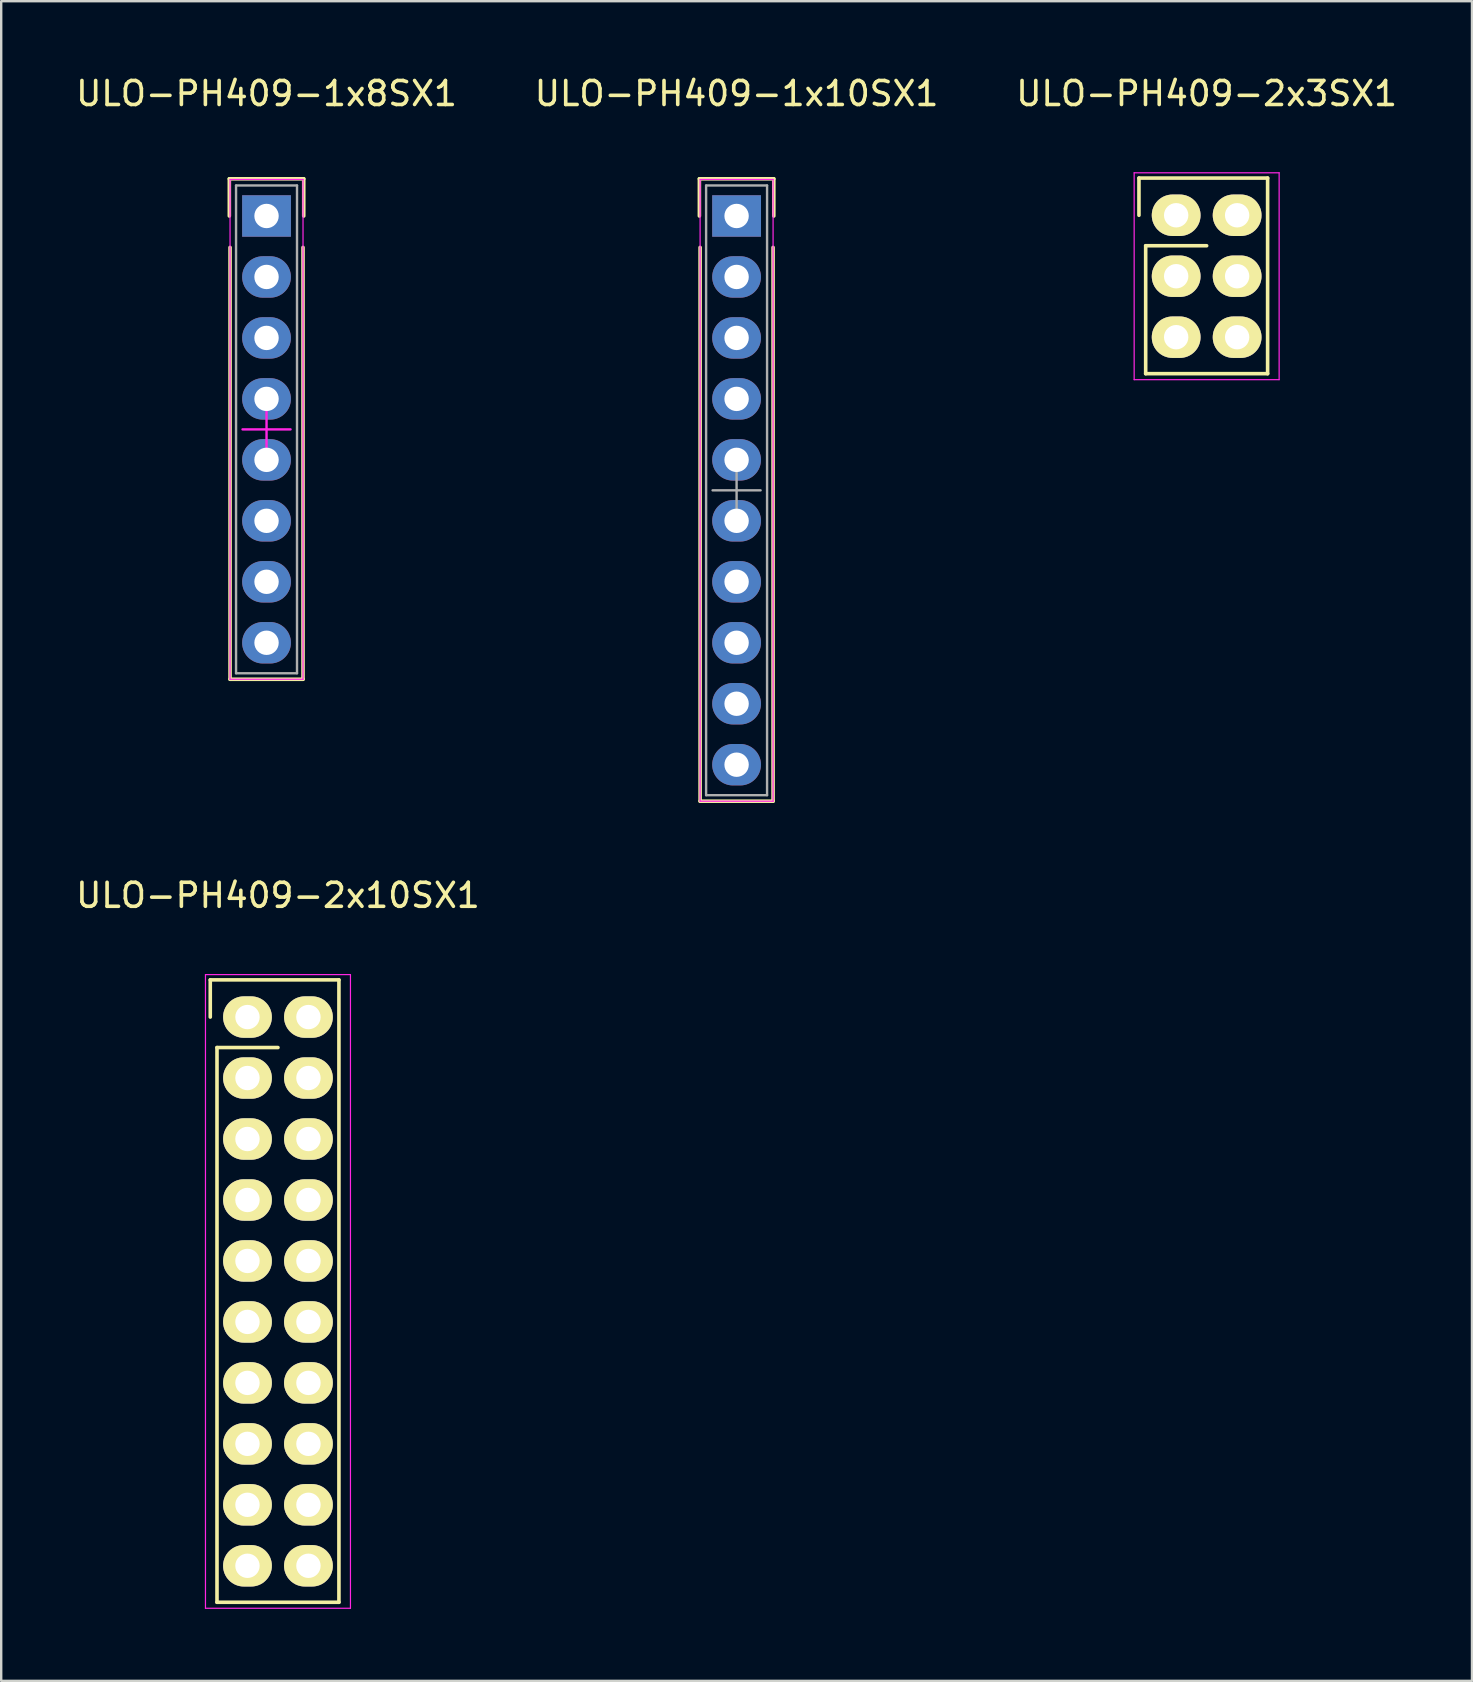
<source format=kicad_pcb>
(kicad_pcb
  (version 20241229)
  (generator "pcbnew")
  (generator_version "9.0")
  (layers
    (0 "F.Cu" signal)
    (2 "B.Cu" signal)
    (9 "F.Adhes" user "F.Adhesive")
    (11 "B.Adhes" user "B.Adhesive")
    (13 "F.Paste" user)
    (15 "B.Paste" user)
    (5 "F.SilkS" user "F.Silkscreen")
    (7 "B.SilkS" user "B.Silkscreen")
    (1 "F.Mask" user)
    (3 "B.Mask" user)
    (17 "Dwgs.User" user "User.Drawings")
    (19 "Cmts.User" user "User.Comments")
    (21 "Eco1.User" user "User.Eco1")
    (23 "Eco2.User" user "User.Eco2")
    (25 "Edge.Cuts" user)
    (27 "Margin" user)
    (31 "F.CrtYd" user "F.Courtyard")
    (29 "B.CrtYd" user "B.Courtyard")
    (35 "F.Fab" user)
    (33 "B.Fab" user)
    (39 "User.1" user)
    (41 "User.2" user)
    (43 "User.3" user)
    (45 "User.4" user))
  (footprint "ULO-PH409-2x3SX1"
    (layer "F.Cu")
    (at 47.22 8.458)
    (property "Reference" "ULO-PH409-2x3SX1" (at 0 -7.61 0) (layer "F.SilkS") (effects (font (size 1 1) (thickness 0.15))))
    (attr through_hole)
    (fp_line (start -2.82 -4.09) (end 2.54 -4.09) (stroke (width 0.15) (type solid)) (layer "F.SilkS"))
    (fp_line (start -2.82 -2.54) (end -2.82 -4.09) (stroke (width 0.15) (type solid)) (layer "F.SilkS"))
    (fp_line (start -2.54 -1.27) (end -2.54 4.06) (stroke (width 0.15) (type solid)) (layer "F.SilkS"))
    (fp_line (start -2.54 4.06) (end 2.54 4.06) (stroke (width 0.15) (type solid)) (layer "F.SilkS"))
    (fp_line (start 0 -1.27) (end -2.54 -1.27) (stroke (width 0.15) (type solid)) (layer "F.SilkS"))
    (fp_line (start 2.54 -4.09) (end 2.54 4.06) (stroke (width 0.15) (type solid)) (layer "F.SilkS"))
    (fp_line (start -3.02 -4.31) (end -3.02 4.31) (stroke (width 0.05) (type solid)) (layer "F.CrtYd"))
    (fp_line (start -3.02 -4.31) (end 3.02 -4.31) (stroke (width 0.05) (type solid)) (layer "F.CrtYd"))
    (fp_line (start -3.02 4.31) (end 3.02 4.31) (stroke (width 0.05) (type solid)) (layer "F.CrtYd"))
    (fp_line (start 3.02 -4.31) (end 3.02 4.31) (stroke (width 0.05) (type solid)) (layer "F.CrtYd"))
    (pad "1" thru_hole oval (at -1.27 -2.54) (size 2.032 1.727) (drill 1.016) (layers "*.Cu" "*.Mask" "F.SilkS"))
    (pad "2" thru_hole oval (at 1.27 -2.54) (size 2.032 1.727) (drill 1.016) (layers "*.Cu" "*.Mask" "F.SilkS"))
    (pad "3" thru_hole oval (at -1.27 0) (size 2.032 1.727) (drill 1.016) (layers "*.Cu" "*.Mask" "F.SilkS"))
    (pad "4" thru_hole oval (at 1.27 0) (size 2.032 1.727) (drill 1.016) (layers "*.Cu" "*.Mask" "F.SilkS"))
    (pad "5" thru_hole oval (at -1.27 2.54) (size 2.032 1.727) (drill 1.016) (layers "*.Cu" "*.Mask" "F.SilkS"))
    (pad "6" thru_hole oval (at 1.27 2.54) (size 2.032 1.727) (drill 1.016) (layers "*.Cu" "*.Mask" "F.SilkS")))
  (footprint "ULO-PH409-1x8SX1"
    (layer "F.Cu")
    (at 8.054 14.838)
    (property "Reference" "ULO-PH409-1x8SX1" (at 0 -13.99 0) (layer "F.SilkS") (effects (font (size 1 1) (thickness 0.15))))
    (attr through_hole)
    (fp_line (start -1.55 -10.44) (end 1.55 -10.44) (stroke (width 0.15) (type solid)) (layer "F.SilkS"))
    (fp_line (start -1.55 -8.89) (end -1.55 -10.44) (stroke (width 0.15) (type solid)) (layer "F.SilkS"))
    (fp_line (start -1.52 -7.58) (end -1.52 10.41) (stroke (width 0.15) (type solid)) (layer "F.SilkS"))
    (fp_line (start 1.52 -7.58) (end 1.52 10.41) (stroke (width 0.15) (type solid)) (layer "F.SilkS"))
    (fp_line (start 1.52 10.41) (end -1.52 10.41) (stroke (width 0.15) (type solid)) (layer "F.SilkS"))
    (fp_line (start 1.55 -10.44) (end 1.55 -8.89) (stroke (width 0.15) (type solid)) (layer "F.SilkS"))
    (fp_line (start -1.52 -10.41) (end -1.52 10.41) (stroke (width 0.05) (type solid)) (layer "F.CrtYd"))
    (fp_line (start -1.52 -10.41) (end 1.52 -10.41) (stroke (width 0.05) (type solid)) (layer "F.CrtYd"))
    (fp_line (start -1.52 10.41) (end 1.52 10.41) (stroke (width 0.05) (type solid)) (layer "F.CrtYd"))
    (fp_line (start -1 0) (end 1 0) (stroke (width 0.1) (type solid)) (layer "F.CrtYd"))
    (fp_line (start 0 -1) (end 0 1) (stroke (width 0.1) (type solid)) (layer "F.CrtYd"))
    (fp_line (start 1.52 -10.41) (end 1.52 10.41) (stroke (width 0.05) (type solid)) (layer "F.CrtYd"))
    (fp_line (start -1.27 -10.16) (end 1.27 -10.16) (stroke (width 0.1) (type solid)) (layer "F.Fab"))
    (fp_line (start -1.27 10.16) (end -1.27 -10.16) (stroke (width 0.1) (type solid)) (layer "F.Fab"))
    (fp_line (start 1.27 -10.16) (end 1.27 10.16) (stroke (width 0.1) (type solid)) (layer "F.Fab"))
    (fp_line (start 1.27 10.16) (end -1.27 10.16) (stroke (width 0.1) (type solid)) (layer "F.Fab"))
    (pad "1" thru_hole rect (at 0 -8.89) (size 2.032 1.727) (drill 1.016) (layers "*.Cu" "*.Mask"))
    (pad "2" thru_hole oval (at 0 -6.35) (size 2.032 1.727) (drill 1.016) (layers "*.Cu" "*.Mask"))
    (pad "3" thru_hole oval (at 0 -3.81) (size 2.032 1.727) (drill 1.016) (layers "*.Cu" "*.Mask"))
    (pad "4" thru_hole oval (at 0 -1.27) (size 2.032 1.727) (drill 1.016) (layers "*.Cu" "*.Mask"))
    (pad "5" thru_hole oval (at 0 1.27) (size 2.032 1.727) (drill 1.016) (layers "*.Cu" "*.Mask"))
    (pad "6" thru_hole oval (at 0 3.81) (size 2.032 1.727) (drill 1.016) (layers "*.Cu" "*.Mask"))
    (pad "7" thru_hole oval (at 0 6.35) (size 2.032 1.727) (drill 1.016) (layers "*.Cu" "*.Mask"))
    (pad "8" thru_hole oval (at 0 8.89) (size 2.032 1.727) (drill 1.016) (layers "*.Cu" "*.Mask")))
  (footprint "ULO-PH409-1x10SX1"
    (layer "F.Cu")
    (at 27.637 17.378)
    (property "Reference" "ULO-PH409-1x10SX1" (at 0 -16.53 0) (layer "F.SilkS") (effects (font (size 1 1) (thickness 0.15))))
    (attr through_hole)
    (fp_line (start -1.55 -12.98) (end 1.55 -12.98) (stroke (width 0.15) (type solid)) (layer "F.SilkS"))
    (fp_line (start -1.55 -11.43) (end -1.55 -12.98) (stroke (width 0.15) (type solid)) (layer "F.SilkS"))
    (fp_line (start -1.52 -10.12) (end -1.52 12.95) (stroke (width 0.15) (type solid)) (layer "F.SilkS"))
    (fp_line (start 1.52 -10.12) (end 1.52 12.95) (stroke (width 0.15) (type solid)) (layer "F.SilkS"))
    (fp_line (start 1.52 12.95) (end -1.52 12.95) (stroke (width 0.15) (type solid)) (layer "F.SilkS"))
    (fp_line (start 1.55 -12.98) (end 1.55 -11.43) (stroke (width 0.15) (type solid)) (layer "F.SilkS"))
    (fp_line (start -1.52 -12.95) (end -1.52 12.95) (stroke (width 0.05) (type solid)) (layer "F.CrtYd"))
    (fp_line (start -1.52 -12.95) (end 1.52 -12.95) (stroke (width 0.05) (type solid)) (layer "F.CrtYd"))
    (fp_line (start -1.52 12.95) (end 1.52 12.95) (stroke (width 0.05) (type solid)) (layer "F.CrtYd"))
    (fp_line (start 1.52 -12.95) (end 1.52 12.95) (stroke (width 0.05) (type solid)) (layer "F.CrtYd"))
    (fp_line (start -1.27 -12.7) (end 1.27 -12.7) (stroke (width 0.1) (type solid)) (layer "F.Fab"))
    (fp_line (start -1.27 12.7) (end -1.27 -12.7) (stroke (width 0.1) (type solid)) (layer "F.Fab"))
    (fp_line (start -1 0) (end 1 0) (stroke (width 0.1) (type solid)) (layer "F.Fab"))
    (fp_line (start 0 -1) (end 0 1) (stroke (width 0.1) (type solid)) (layer "F.Fab"))
    (fp_line (start 1.27 -12.7) (end 1.27 12.7) (stroke (width 0.1) (type solid)) (layer "F.Fab"))
    (fp_line (start 1.27 12.7) (end -1.27 12.7) (stroke (width 0.1) (type solid)) (layer "F.Fab"))
    (pad "1" thru_hole rect (at 0 -11.43) (size 2.032 1.727) (drill 1.016) (layers "*.Cu" "*.Mask"))
    (pad "2" thru_hole oval (at 0 -8.89) (size 2.032 1.727) (drill 1.016) (layers "*.Cu" "*.Mask"))
    (pad "3" thru_hole oval (at 0 -6.35) (size 2.032 1.727) (drill 1.016) (layers "*.Cu" "*.Mask"))
    (pad "4" thru_hole oval (at 0 -3.81) (size 2.032 1.727) (drill 1.016) (layers "*.Cu" "*.Mask"))
    (pad "5" thru_hole oval (at 0 -1.27) (size 2.032 1.727) (drill 1.016) (layers "*.Cu" "*.Mask"))
    (pad "6" thru_hole oval (at 0 1.27) (size 2.032 1.727) (drill 1.016) (layers "*.Cu" "*.Mask"))
    (pad "7" thru_hole oval (at 0 3.81) (size 2.032 1.727) (drill 1.016) (layers "*.Cu" "*.Mask"))
    (pad "8" thru_hole oval (at 0 6.35) (size 2.032 1.727) (drill 1.016) (layers "*.Cu" "*.Mask"))
    (pad "9" thru_hole oval (at 0 8.89) (size 2.032 1.727) (drill 1.016) (layers "*.Cu" "*.Mask"))
    (pad "10" thru_hole oval (at 0 11.43) (size 2.032 1.727) (drill 1.016) (layers "*.Cu" "*.Mask")))
  (footprint "ULO-PH409-2x10SX1"
    (layer "F.Cu")
    (at 8.53 50.752)
    (property "Reference" "ULO-PH409-2x10SX1" (at 0 -16.5 0) (layer "F.SilkS") (effects (font (size 1 1) (thickness 0.15))))
    (attr through_hole)
    (fp_line (start -2.82 -12.98) (end 2.54 -12.98) (stroke (width 0.15) (type solid)) (layer "F.SilkS"))
    (fp_line (start -2.82 -11.43) (end -2.82 -12.98) (stroke (width 0.15) (type solid)) (layer "F.SilkS"))
    (fp_line (start -2.54 -10.16) (end -2.54 12.95) (stroke (width 0.15) (type solid)) (layer "F.SilkS"))
    (fp_line (start -2.54 12.95) (end 2.54 12.95) (stroke (width 0.15) (type solid)) (layer "F.SilkS"))
    (fp_line (start 0 -10.16) (end -2.54 -10.16) (stroke (width 0.15) (type solid)) (layer "F.SilkS"))
    (fp_line (start 2.54 -12.98) (end 2.54 12.95) (stroke (width 0.15) (type solid)) (layer "F.SilkS"))
    (fp_line (start -3.02 -13.2) (end -3.02 13.2) (stroke (width 0.05) (type solid)) (layer "F.CrtYd"))
    (fp_line (start -3.02 -13.2) (end 3.02 -13.2) (stroke (width 0.05) (type solid)) (layer "F.CrtYd"))
    (fp_line (start -3.02 13.2) (end 3.02 13.2) (stroke (width 0.05) (type solid)) (layer "F.CrtYd"))
    (fp_line (start 3.02 -13.2) (end 3.02 13.2) (stroke (width 0.05) (type solid)) (layer "F.CrtYd"))
    (pad "1" thru_hole oval (at -1.27 -11.43) (size 2.032 1.727) (drill 1.016) (layers "*.Cu" "*.Mask" "F.SilkS"))
    (pad "2" thru_hole oval (at 1.27 -11.43) (size 2.032 1.727) (drill 1.016) (layers "*.Cu" "*.Mask" "F.SilkS"))
    (pad "3" thru_hole oval (at -1.27 -8.89) (size 2.032 1.727) (drill 1.016) (layers "*.Cu" "*.Mask" "F.SilkS"))
    (pad "4" thru_hole oval (at 1.27 -8.89) (size 2.032 1.727) (drill 1.016) (layers "*.Cu" "*.Mask" "F.SilkS"))
    (pad "5" thru_hole oval (at -1.27 -6.35) (size 2.032 1.727) (drill 1.016) (layers "*.Cu" "*.Mask" "F.SilkS"))
    (pad "6" thru_hole oval (at 1.27 -6.35) (size 2.032 1.727) (drill 1.016) (layers "*.Cu" "*.Mask" "F.SilkS"))
    (pad "7" thru_hole oval (at -1.27 -3.81) (size 2.032 1.727) (drill 1.016) (layers "*.Cu" "*.Mask" "F.SilkS"))
    (pad "8" thru_hole oval (at 1.27 -3.81) (size 2.032 1.727) (drill 1.016) (layers "*.Cu" "*.Mask" "F.SilkS"))
    (pad "9" thru_hole oval (at -1.27 -1.27) (size 2.032 1.727) (drill 1.016) (layers "*.Cu" "*.Mask" "F.SilkS"))
    (pad "10" thru_hole oval (at 1.27 -1.27) (size 2.032 1.727) (drill 1.016) (layers "*.Cu" "*.Mask" "F.SilkS"))
    (pad "11" thru_hole oval (at -1.27 1.27) (size 2.032 1.727) (drill 1.016) (layers "*.Cu" "*.Mask" "F.SilkS"))
    (pad "12" thru_hole oval (at 1.27 1.27) (size 2.032 1.727) (drill 1.016) (layers "*.Cu" "*.Mask" "F.SilkS"))
    (pad "13" thru_hole oval (at -1.27 3.81) (size 2.032 1.727) (drill 1.016) (layers "*.Cu" "*.Mask" "F.SilkS"))
    (pad "14" thru_hole oval (at 1.27 3.81) (size 2.032 1.727) (drill 1.016) (layers "*.Cu" "*.Mask" "F.SilkS"))
    (pad "15" thru_hole oval (at -1.27 6.35) (size 2.032 1.727) (drill 1.016) (layers "*.Cu" "*.Mask" "F.SilkS"))
    (pad "16" thru_hole oval (at 1.27 6.35) (size 2.032 1.727) (drill 1.016) (layers "*.Cu" "*.Mask" "F.SilkS"))
    (pad "17" thru_hole oval (at -1.27 8.89) (size 2.032 1.727) (drill 1.016) (layers "*.Cu" "*.Mask" "F.SilkS"))
    (pad "18" thru_hole oval (at 1.27 8.89) (size 2.032 1.727) (drill 1.016) (layers "*.Cu" "*.Mask" "F.SilkS"))
    (pad "19" thru_hole oval (at -1.27 11.43) (size 2.032 1.727) (drill 1.016) (layers "*.Cu" "*.Mask" "F.SilkS"))
    (pad "20" thru_hole oval (at 1.27 11.43) (size 2.032 1.727) (drill 1.016) (layers "*.Cu" "*.Mask" "F.SilkS")))
  (gr_rect
    (start -3 -3)
    (end 58.274 66.977)
    (stroke (width 0.1) (type default))
    (fill no)
    (layer "Edge.Cuts")))
</source>
